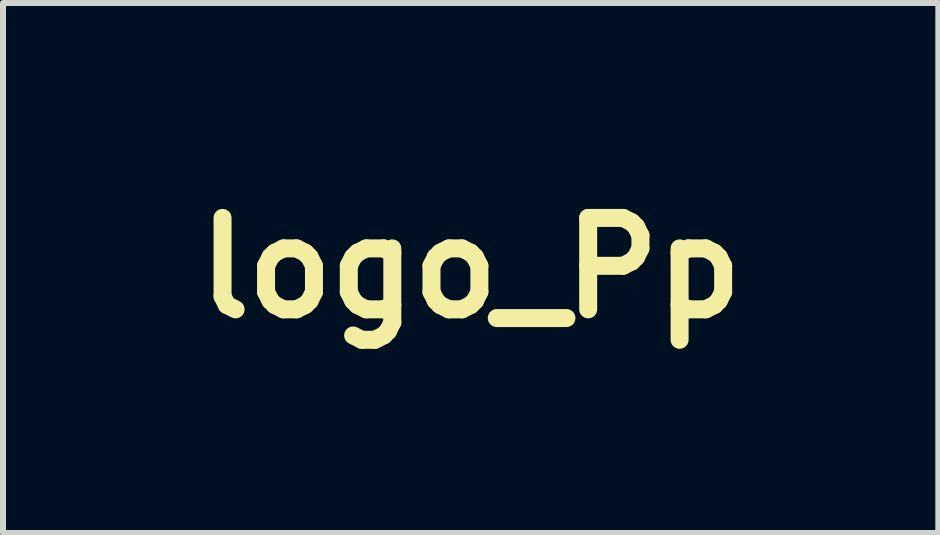
<source format=kicad_pcb>
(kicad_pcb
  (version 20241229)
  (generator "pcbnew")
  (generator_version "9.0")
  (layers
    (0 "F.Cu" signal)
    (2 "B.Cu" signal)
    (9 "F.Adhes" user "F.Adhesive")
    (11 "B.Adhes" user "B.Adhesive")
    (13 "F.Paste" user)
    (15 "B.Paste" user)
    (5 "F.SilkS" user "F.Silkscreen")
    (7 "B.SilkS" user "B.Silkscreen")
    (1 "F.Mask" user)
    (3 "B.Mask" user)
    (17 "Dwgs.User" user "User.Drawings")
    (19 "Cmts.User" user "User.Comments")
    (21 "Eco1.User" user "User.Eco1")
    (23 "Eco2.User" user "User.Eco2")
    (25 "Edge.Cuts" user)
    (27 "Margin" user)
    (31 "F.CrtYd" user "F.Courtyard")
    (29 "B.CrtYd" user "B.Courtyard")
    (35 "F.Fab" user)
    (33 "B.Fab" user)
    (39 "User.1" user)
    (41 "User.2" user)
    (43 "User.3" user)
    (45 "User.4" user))
  (footprint "logo_Pp"
    (layer "F.Cu")
    (at 4.797 1.418)
    (property "Reference" "logo_Pp" (at 0 0 0) (layer "F.SilkS") (effects (font (size 1.524 1.524) (thickness 0.3))))
    (attr through_hole)
    (fp_poly (pts (xy 0.994 -0.341) (xy 0.995 -0.286) (xy 0.995 -0.235) (xy 0.996 -0.187) (xy 0.996 -0.146) (xy 0.996 -0.112) (xy 0.996 -0.088) (xy 0.996 -0.076) (xy 0.994 -0.04) (xy 0.821 -0.101) (xy 0.777 -0.117) (xy 0.737 -0.131) (xy 0.702 -0.144) (xy 0.675 -0.155) (xy 0.656 -0.163) (xy 0.648 -0.167) (xy 0.648 -0.167) (xy 0.652 -0.173) (xy 0.663 -0.187) (xy 0.681 -0.209) (xy 0.705 -0.238) (xy 0.733 -0.272) (xy 0.766 -0.31) (xy 0.801 -0.352) (xy 0.818 -0.372) (xy 0.989 -0.571) (xy 0.994 -0.341)) (stroke (width 0.01) (type solid)) (fill yes) (layer "F.Mask"))
    (fp_poly (pts (xy -0.341 -0.01) (xy -0.34 0.043) (xy -0.339 0.095) (xy -0.339 0.144) (xy -0.338 0.186) (xy -0.338 0.221) (xy -0.338 0.247) (xy -0.338 0.255) (xy -0.34 0.31) (xy -0.611 0.122) (xy -0.663 0.085) (xy -0.712 0.051) (xy -0.756 0.02) (xy -0.796 -0.009) (xy -0.829 -0.032) (xy -0.855 -0.051) (xy -0.873 -0.065) (xy -0.882 -0.072) (xy -0.882 -0.073) (xy -0.877 -0.076) (xy -0.86 -0.082) (xy -0.833 -0.09) (xy -0.798 -0.1) (xy -0.755 -0.112) (xy -0.707 -0.125) (xy -0.653 -0.14) (xy -0.615 -0.15) (xy -0.346 -0.22) (xy -0.341 -0.01)) (stroke (width 0.01) (type solid)) (fill yes) (layer "F.Mask"))
    (fp_poly (pts (xy 0.729 -0.856) (xy 0.777 -0.832) (xy 0.821 -0.81) (xy 0.86 -0.791) (xy 0.892 -0.774) (xy 0.917 -0.762) (xy 0.934 -0.753) (xy 0.94 -0.749) (xy 0.94 -0.749) (xy 0.936 -0.744) (xy 0.924 -0.73) (xy 0.906 -0.708) (xy 0.882 -0.68) (xy 0.854 -0.646) (xy 0.821 -0.608) (xy 0.785 -0.565) (xy 0.76 -0.536) (xy 0.58 -0.326) (xy 0.553 -0.612) (xy 0.547 -0.672) (xy 0.542 -0.73) (xy 0.537 -0.782) (xy 0.532 -0.829) (xy 0.528 -0.869) (xy 0.525 -0.9) (xy 0.523 -0.921) (xy 0.522 -0.929) (xy 0.519 -0.959) (xy 0.729 -0.856)) (stroke (width 0.01) (type solid)) (fill yes) (layer "F.Mask"))
    (fp_poly (pts (xy -0.138 0.589) (xy -0.122 0.594) (xy -0.095 0.602) (xy -0.062 0.614) (xy -0.021 0.627) (xy 0.024 0.642) (xy 0.074 0.659) (xy 0.125 0.677) (xy 0.178 0.695) (xy 0.23 0.713) (xy 0.281 0.73) (xy 0.328 0.746) (xy 0.371 0.761) (xy 0.408 0.774) (xy 0.437 0.785) (xy 0.456 0.792) (xy 0.483 0.802) (xy 0.246 0.89) (xy 0.193 0.91) (xy 0.143 0.928) (xy 0.098 0.945) (xy 0.058 0.96) (xy 0.025 0.972) (xy 0.002 0.981) (xy -0.012 0.987) (xy -0.014 0.987) (xy -0.029 0.993) (xy -0.037 0.993) (xy -0.04 0.987) (xy -0.041 0.986) (xy -0.048 0.958) (xy -0.058 0.924) (xy -0.068 0.885) (xy -0.08 0.842) (xy -0.092 0.798) (xy -0.103 0.754) (xy -0.114 0.711) (xy -0.124 0.673) (xy -0.133 0.639) (xy -0.139 0.613) (xy -0.143 0.595) (xy -0.145 0.587) (xy -0.145 0.587) (xy -0.138 0.589)) (stroke (width 0.01) (type solid)) (fill yes) (layer "F.Mask"))
    (fp_poly (pts (xy -0.308 0.584) (xy -0.302 0.601) (xy -0.295 0.627) (xy -0.286 0.659) (xy -0.275 0.697) (xy -0.264 0.738) (xy -0.253 0.78) (xy -0.241 0.822) (xy -0.231 0.862) (xy -0.221 0.898) (xy -0.213 0.928) (xy -0.208 0.951) (xy -0.205 0.965) (xy -0.204 0.968) (xy -0.21 0.966) (xy -0.227 0.96) (xy -0.253 0.95) (xy -0.287 0.937) (xy -0.328 0.921) (xy -0.374 0.903) (xy -0.425 0.884) (xy -0.443 0.877) (xy -0.494 0.857) (xy -0.541 0.838) (xy -0.583 0.82) (xy -0.619 0.806) (xy -0.647 0.794) (xy -0.665 0.785) (xy -0.674 0.781) (xy -0.674 0.78) (xy -0.666 0.774) (xy -0.649 0.764) (xy -0.624 0.749) (xy -0.594 0.731) (xy -0.559 0.711) (xy -0.521 0.69) (xy -0.482 0.668) (xy -0.443 0.647) (xy -0.407 0.627) (xy -0.374 0.609) (xy -0.347 0.594) (xy -0.326 0.583) (xy -0.313 0.577) (xy -0.31 0.577) (xy -0.308 0.584)) (stroke (width 0.01) (type solid)) (fill yes) (layer "F.Mask"))
    (fp_poly (pts (xy 0.631 -0.009) (xy 0.647 -0.004) (xy 0.671 0.005) (xy 0.702 0.015) (xy 0.738 0.028) (xy 0.776 0.041) (xy 0.815 0.055) (xy 0.854 0.068) (xy 0.89 0.081) (xy 0.921 0.092) (xy 0.946 0.102) (xy 0.963 0.108) (xy 0.97 0.111) (xy 0.97 0.111) (xy 0.968 0.117) (xy 0.96 0.132) (xy 0.948 0.156) (xy 0.933 0.187) (xy 0.915 0.223) (xy 0.894 0.264) (xy 0.873 0.306) (xy 0.85 0.35) (xy 0.828 0.394) (xy 0.807 0.435) (xy 0.787 0.473) (xy 0.77 0.507) (xy 0.756 0.534) (xy 0.745 0.553) (xy 0.74 0.564) (xy 0.739 0.565) (xy 0.736 0.565) (xy 0.735 0.558) (xy 0.732 0.54) (xy 0.726 0.512) (xy 0.719 0.476) (xy 0.711 0.432) (xy 0.701 0.382) (xy 0.69 0.327) (xy 0.68 0.276) (xy 0.668 0.218) (xy 0.658 0.163) (xy 0.648 0.114) (xy 0.64 0.071) (xy 0.633 0.036) (xy 0.628 0.01) (xy 0.625 -0.006) (xy 0.625 -0.011) (xy 0.631 -0.009)) (stroke (width 0.01) (type solid)) (fill yes) (layer "F.Mask"))
    (fp_poly (pts (xy -1.041 0.346) (xy -1.024 0.42) (xy -1.006 0.49) (xy -0.99 0.557) (xy -0.975 0.618) (xy -0.962 0.673) (xy -0.95 0.72) (xy -0.94 0.759) (xy -0.933 0.789) (xy -0.928 0.808) (xy -0.926 0.815) (xy -0.917 0.835) (xy -0.904 0.85) (xy -0.902 0.852) (xy -0.893 0.856) (xy -0.874 0.865) (xy -0.845 0.877) (xy -0.807 0.892) (xy -0.761 0.911) (xy -0.709 0.932) (xy -0.652 0.955) (xy -0.59 0.979) (xy -0.525 1.005) (xy -0.511 1.01) (xy -0.445 1.036) (xy -0.383 1.06) (xy -0.325 1.083) (xy -0.272 1.104) (xy -0.225 1.122) (xy -0.186 1.138) (xy -0.156 1.15) (xy -0.135 1.158) (xy -0.125 1.162) (xy -0.124 1.162) (xy -0.128 1.163) (xy -0.144 1.164) (xy -0.171 1.165) (xy -0.208 1.165) (xy -0.254 1.166) (xy -0.308 1.167) (xy -0.37 1.167) (xy -0.438 1.167) (xy -0.511 1.168) (xy -0.589 1.168) (xy -0.63 1.168) (xy -1.149 1.168) (xy -1.149 0.535) (xy -1.149 -0.098) (xy -1.041 0.346)) (stroke (width 0.01) (type solid)) (fill yes) (layer "F.Mask"))
    (fp_poly (pts (xy -0.53 -0.766) (xy -0.523 -0.751) (xy -0.512 -0.727) (xy -0.498 -0.695) (xy -0.481 -0.656) (xy -0.463 -0.612) (xy -0.448 -0.574) (xy -0.424 -0.517) (xy -0.406 -0.47) (xy -0.392 -0.433) (xy -0.382 -0.405) (xy -0.376 -0.385) (xy -0.373 -0.374) (xy -0.374 -0.369) (xy -0.374 -0.369) (xy -0.382 -0.366) (xy -0.401 -0.36) (xy -0.429 -0.352) (xy -0.463 -0.343) (xy -0.502 -0.333) (xy -0.532 -0.325) (xy -0.582 -0.312) (xy -0.636 -0.298) (xy -0.689 -0.284) (xy -0.738 -0.271) (xy -0.78 -0.26) (xy -0.789 -0.258) (xy -0.824 -0.249) (xy -0.853 -0.242) (xy -0.876 -0.237) (xy -0.89 -0.234) (xy -0.894 -0.234) (xy -0.89 -0.24) (xy -0.88 -0.256) (xy -0.864 -0.279) (xy -0.844 -0.31) (xy -0.82 -0.346) (xy -0.793 -0.386) (xy -0.764 -0.429) (xy -0.733 -0.475) (xy -0.702 -0.521) (xy -0.671 -0.567) (xy -0.642 -0.611) (xy -0.614 -0.652) (xy -0.589 -0.689) (xy -0.568 -0.72) (xy -0.551 -0.745) (xy -0.539 -0.762) (xy -0.534 -0.77) (xy -0.534 -0.77) (xy -0.53 -0.766)) (stroke (width 0.01) (type solid)) (fill yes) (layer "F.Mask"))
    (fp_poly (pts (xy 0.226 -0.976) (xy 0.222 -0.972) (xy 0.21 -0.958) (xy 0.192 -0.938) (xy 0.168 -0.912) (xy 0.139 -0.88) (xy 0.106 -0.845) (xy 0.07 -0.806) (xy 0.032 -0.765) (xy -0.006 -0.724) (xy -0.045 -0.682) (xy -0.083 -0.642) (xy -0.119 -0.604) (xy -0.151 -0.569) (xy -0.181 -0.538) (xy -0.205 -0.513) (xy -0.223 -0.493) (xy -0.235 -0.482) (xy -0.239 -0.478) (xy -0.243 -0.483) (xy -0.25 -0.499) (xy -0.262 -0.524) (xy -0.276 -0.556) (xy -0.292 -0.596) (xy -0.31 -0.64) (xy -0.326 -0.677) (xy -0.345 -0.725) (xy -0.362 -0.768) (xy -0.377 -0.806) (xy -0.389 -0.838) (xy -0.398 -0.862) (xy -0.404 -0.876) (xy -0.405 -0.88) (xy -0.398 -0.881) (xy -0.381 -0.884) (xy -0.353 -0.888) (xy -0.318 -0.894) (xy -0.276 -0.901) (xy -0.229 -0.908) (xy -0.177 -0.916) (xy -0.124 -0.924) (xy -0.069 -0.933) (xy -0.015 -0.941) (xy 0.036 -0.949) (xy 0.085 -0.956) (xy 0.128 -0.963) (xy 0.166 -0.968) (xy 0.195 -0.972) (xy 0.215 -0.975) (xy 0.225 -0.976) (xy 0.226 -0.976)) (stroke (width 0.01) (type solid)) (fill yes) (layer "F.Mask"))
    (fp_poly (pts (xy -0.175 -0.233) (xy -0.156 -0.229) (xy -0.128 -0.222) (xy -0.093 -0.213) (xy -0.052 -0.202) (xy -0.006 -0.19) (xy 0.042 -0.178) (xy 0.091 -0.165) (xy 0.141 -0.152) (xy 0.188 -0.139) (xy 0.232 -0.127) (xy 0.271 -0.116) (xy 0.303 -0.107) (xy 0.327 -0.101) (xy 0.342 -0.096) (xy 0.345 -0.095) (xy 0.341 -0.09) (xy 0.328 -0.079) (xy 0.307 -0.061) (xy 0.278 -0.038) (xy 0.243 -0.011) (xy 0.203 0.02) (xy 0.158 0.055) (xy 0.11 0.091) (xy 0.107 0.093) (xy 0.058 0.13) (xy 0.01 0.166) (xy -0.033 0.199) (xy -0.072 0.228) (xy -0.105 0.253) (xy -0.132 0.273) (xy -0.15 0.287) (xy -0.159 0.294) (xy -0.183 0.311) (xy -0.186 0.287) (xy -0.187 0.276) (xy -0.188 0.253) (xy -0.189 0.221) (xy -0.189 0.18) (xy -0.19 0.133) (xy -0.19 0.081) (xy -0.19 0.026) (xy -0.19 0.014) (xy -0.19 -0.053) (xy -0.19 -0.109) (xy -0.189 -0.153) (xy -0.189 -0.187) (xy -0.187 -0.212) (xy -0.186 -0.227) (xy -0.184 -0.234) (xy -0.183 -0.235) (xy -0.175 -0.233)) (stroke (width 0.01) (type solid)) (fill yes) (layer "F.Mask"))
    (fp_poly (pts (xy 1.149 -0.66) (xy 1.149 -0.582) (xy 1.149 -0.507) (xy 1.149 -0.437) (xy 1.149 -0.373) (xy 1.149 -0.315) (xy 1.148 -0.265) (xy 1.148 -0.223) (xy 1.148 -0.191) (xy 1.148 -0.17) (xy 1.147 -0.159) (xy 1.147 -0.159) (xy 1.147 -0.165) (xy 1.146 -0.183) (xy 1.145 -0.211) (xy 1.145 -0.248) (xy 1.144 -0.293) (xy 1.143 -0.344) (xy 1.143 -0.401) (xy 1.142 -0.463) (xy 1.142 -0.478) (xy 1.141 -0.55) (xy 1.14 -0.611) (xy 1.14 -0.661) (xy 1.139 -0.702) (xy 1.138 -0.734) (xy 1.137 -0.759) (xy 1.136 -0.778) (xy 1.134 -0.792) (xy 1.133 -0.802) (xy 1.131 -0.808) (xy 1.128 -0.814) (xy 1.127 -0.815) (xy 1.121 -0.821) (xy 1.11 -0.829) (xy 1.091 -0.84) (xy 1.066 -0.855) (xy 1.031 -0.873) (xy 0.988 -0.895) (xy 0.935 -0.922) (xy 0.877 -0.95) (xy 0.821 -0.978) (xy 0.765 -1.006) (xy 0.71 -1.032) (xy 0.659 -1.058) (xy 0.613 -1.08) (xy 0.574 -1.099) (xy 0.544 -1.113) (xy 0.54 -1.115) (xy 0.442 -1.162) (xy 1.149 -1.162) (xy 1.149 -0.66)) (stroke (width 0.01) (type solid)) (fill yes) (layer "F.Mask"))
    (fp_poly (pts (xy -0.934 0.081) (xy -0.925 0.086) (xy -0.907 0.099) (xy -0.881 0.117) (xy -0.848 0.14) (xy -0.809 0.167) (xy -0.764 0.198) (xy -0.716 0.232) (xy -0.665 0.267) (xy -0.661 0.27) (xy -0.601 0.312) (xy -0.55 0.348) (xy -0.508 0.378) (xy -0.475 0.402) (xy -0.449 0.421) (xy -0.431 0.435) (xy -0.42 0.445) (xy -0.415 0.451) (xy -0.414 0.454) (xy -0.421 0.459) (xy -0.437 0.468) (xy -0.461 0.483) (xy -0.492 0.5) (xy -0.527 0.521) (xy -0.565 0.543) (xy -0.605 0.566) (xy -0.645 0.589) (xy -0.683 0.611) (xy -0.718 0.631) (xy -0.749 0.648) (xy -0.773 0.662) (xy -0.789 0.671) (xy -0.792 0.672) (xy -0.799 0.675) (xy -0.804 0.673) (xy -0.808 0.664) (xy -0.813 0.646) (xy -0.815 0.637) (xy -0.819 0.62) (xy -0.825 0.594) (xy -0.834 0.558) (xy -0.844 0.515) (xy -0.856 0.467) (xy -0.868 0.415) (xy -0.88 0.368) (xy -0.892 0.315) (xy -0.905 0.264) (xy -0.916 0.217) (xy -0.926 0.176) (xy -0.934 0.143) (xy -0.94 0.119) (xy -0.943 0.106) (xy -0.952 0.069) (xy -0.934 0.081)) (stroke (width 0.01) (type solid)) (fill yes) (layer "F.Mask"))
    (fp_poly (pts (xy 1.149 0.637) (xy 1.149 1.168) (xy 0.541 1.168) (xy 0.455 1.168) (xy 0.373 1.168) (xy 0.295 1.167) (xy 0.223 1.167) (xy 0.157 1.167) (xy 0.099 1.166) (xy 0.049 1.165) (xy 0.007 1.165) (xy -0.024 1.164) (xy -0.045 1.163) (xy -0.054 1.163) (xy -0.054 1.162) (xy -0.046 1.159) (xy -0.027 1.152) (xy 0.002 1.141) (xy 0.039 1.127) (xy 0.085 1.11) (xy 0.137 1.091) (xy 0.195 1.069) (xy 0.257 1.046) (xy 0.324 1.021) (xy 0.352 1.01) (xy 0.419 0.985) (xy 0.484 0.961) (xy 0.544 0.938) (xy 0.598 0.917) (xy 0.646 0.899) (xy 0.687 0.883) (xy 0.719 0.87) (xy 0.742 0.86) (xy 0.755 0.854) (xy 0.757 0.853) (xy 0.761 0.846) (xy 0.772 0.828) (xy 0.786 0.801) (xy 0.805 0.766) (xy 0.828 0.723) (xy 0.853 0.675) (xy 0.881 0.621) (xy 0.911 0.563) (xy 0.938 0.512) (xy 0.969 0.45) (xy 0.999 0.391) (xy 1.028 0.336) (xy 1.054 0.285) (xy 1.077 0.24) (xy 1.097 0.202) (xy 1.113 0.172) (xy 1.123 0.152) (xy 1.128 0.143) (xy 1.149 0.105) (xy 1.149 0.637)) (stroke (width 0.01) (type solid)) (fill yes) (layer "F.Mask"))
    (fp_poly (pts (xy 0.374 -0.897) (xy 0.376 -0.878) (xy 0.378 -0.849) (xy 0.382 -0.812) (xy 0.387 -0.766) (xy 0.392 -0.715) (xy 0.397 -0.658) (xy 0.403 -0.598) (xy 0.403 -0.597) (xy 0.409 -0.535) (xy 0.415 -0.476) (xy 0.42 -0.421) (xy 0.425 -0.372) (xy 0.429 -0.33) (xy 0.432 -0.297) (xy 0.434 -0.274) (xy 0.436 -0.262) (xy 0.437 -0.242) (xy 0.436 -0.232) (xy 0.431 -0.229) (xy 0.431 -0.229) (xy 0.423 -0.231) (xy 0.404 -0.235) (xy 0.376 -0.243) (xy 0.339 -0.252) (xy 0.295 -0.264) (xy 0.246 -0.277) (xy 0.191 -0.291) (xy 0.154 -0.301) (xy 0.098 -0.316) (xy 0.045 -0.33) (xy -0.002 -0.343) (xy -0.043 -0.354) (xy -0.076 -0.363) (xy -0.1 -0.37) (xy -0.114 -0.374) (xy -0.117 -0.375) (xy -0.114 -0.381) (xy -0.102 -0.394) (xy -0.083 -0.415) (xy -0.058 -0.443) (xy -0.028 -0.477) (xy 0.008 -0.516) (xy 0.048 -0.559) (xy 0.091 -0.606) (xy 0.126 -0.644) (xy 0.171 -0.692) (xy 0.213 -0.738) (xy 0.252 -0.78) (xy 0.287 -0.817) (xy 0.317 -0.848) (xy 0.342 -0.873) (xy 0.359 -0.892) (xy 0.37 -0.902) (xy 0.373 -0.904) (xy 0.374 -0.897)) (stroke (width 0.01) (type solid)) (fill yes) (layer "F.Mask"))
    (fp_poly (pts (xy 0.477 0.022) (xy 0.481 0.043) (xy 0.487 0.074) (xy 0.495 0.112) (xy 0.503 0.157) (xy 0.513 0.206) (xy 0.523 0.259) (xy 0.534 0.315) (xy 0.544 0.371) (xy 0.555 0.426) (xy 0.565 0.479) (xy 0.575 0.529) (xy 0.583 0.574) (xy 0.59 0.613) (xy 0.596 0.644) (xy 0.6 0.666) (xy 0.602 0.678) (xy 0.602 0.679) (xy 0.596 0.678) (xy 0.579 0.673) (xy 0.552 0.664) (xy 0.516 0.653) (xy 0.472 0.638) (xy 0.422 0.621) (xy 0.366 0.602) (xy 0.306 0.582) (xy 0.252 0.563) (xy 0.189 0.541) (xy 0.129 0.52) (xy 0.075 0.501) (xy 0.026 0.483) (xy -0.016 0.468) (xy -0.05 0.455) (xy -0.075 0.445) (xy -0.09 0.439) (xy -0.094 0.437) (xy -0.088 0.432) (xy -0.074 0.42) (xy -0.052 0.403) (xy -0.023 0.38) (xy 0.012 0.354) (xy 0.051 0.324) (xy 0.093 0.292) (xy 0.138 0.258) (xy 0.184 0.223) (xy 0.231 0.189) (xy 0.276 0.155) (xy 0.319 0.122) (xy 0.359 0.093) (xy 0.395 0.066) (xy 0.426 0.044) (xy 0.45 0.027) (xy 0.466 0.016) (xy 0.474 0.011) (xy 0.474 0.011) (xy 0.477 0.022)) (stroke (width 0.01) (type solid)) (fill yes) (layer "F.Mask"))
    (fp_poly (pts (xy -0.364 -1.161) (xy -0.265 -1.161) (xy -0.17 -1.161) (xy -0.08 -1.161) (xy 0.005 -1.161) (xy 0.085 -1.16) (xy 0.157 -1.16) (xy 0.222 -1.16) (xy 0.279 -1.16) (xy 0.327 -1.159) (xy 0.365 -1.159) (xy 0.392 -1.159) (xy 0.408 -1.158) (xy 0.413 -1.158) (xy 0.405 -1.157) (xy 0.386 -1.154) (xy 0.356 -1.149) (xy 0.317 -1.143) (xy 0.269 -1.135) (xy 0.213 -1.126) (xy 0.151 -1.117) (xy 0.084 -1.106) (xy 0.012 -1.095) (xy -0.064 -1.083) (xy -0.067 -1.083) (xy -0.143 -1.071) (xy -0.215 -1.059) (xy -0.283 -1.048) (xy -0.346 -1.038) (xy -0.402 -1.029) (xy -0.451 -1.021) (xy -0.491 -1.014) (xy -0.522 -1.008) (xy -0.543 -1.004) (xy -0.551 -1.002) (xy -0.551 -1.002) (xy -0.557 -0.996) (xy -0.568 -0.98) (xy -0.586 -0.956) (xy -0.609 -0.924) (xy -0.636 -0.885) (xy -0.666 -0.841) (xy -0.7 -0.791) (xy -0.737 -0.738) (xy -0.775 -0.682) (xy -0.815 -0.624) (xy -0.855 -0.565) (xy -0.895 -0.507) (xy -0.934 -0.449) (xy -0.971 -0.393) (xy -1.007 -0.34) (xy -1.04 -0.291) (xy -1.069 -0.246) (xy -1.095 -0.208) (xy -1.116 -0.176) (xy -1.131 -0.152) (xy -1.14 -0.137) (xy -1.143 -0.132) (xy -1.144 -0.135) (xy -1.145 -0.151) (xy -1.146 -0.179) (xy -1.146 -0.217) (xy -1.147 -0.266) (xy -1.148 -0.325) (xy -1.148 -0.393) (xy -1.149 -0.471) (xy -1.149 -0.556) (xy -1.149 -0.64) (xy -1.149 -1.162) (xy -0.364 -1.161)) (stroke (width 0.01) (type solid)) (fill yes) (layer "F.Mask")))
  (gr_rect
    (start -3 -3)
    (end 12.594 5.836)
    (stroke (width 0.1) (type default))
    (fill no)
    (layer "Edge.Cuts")))
</source>
